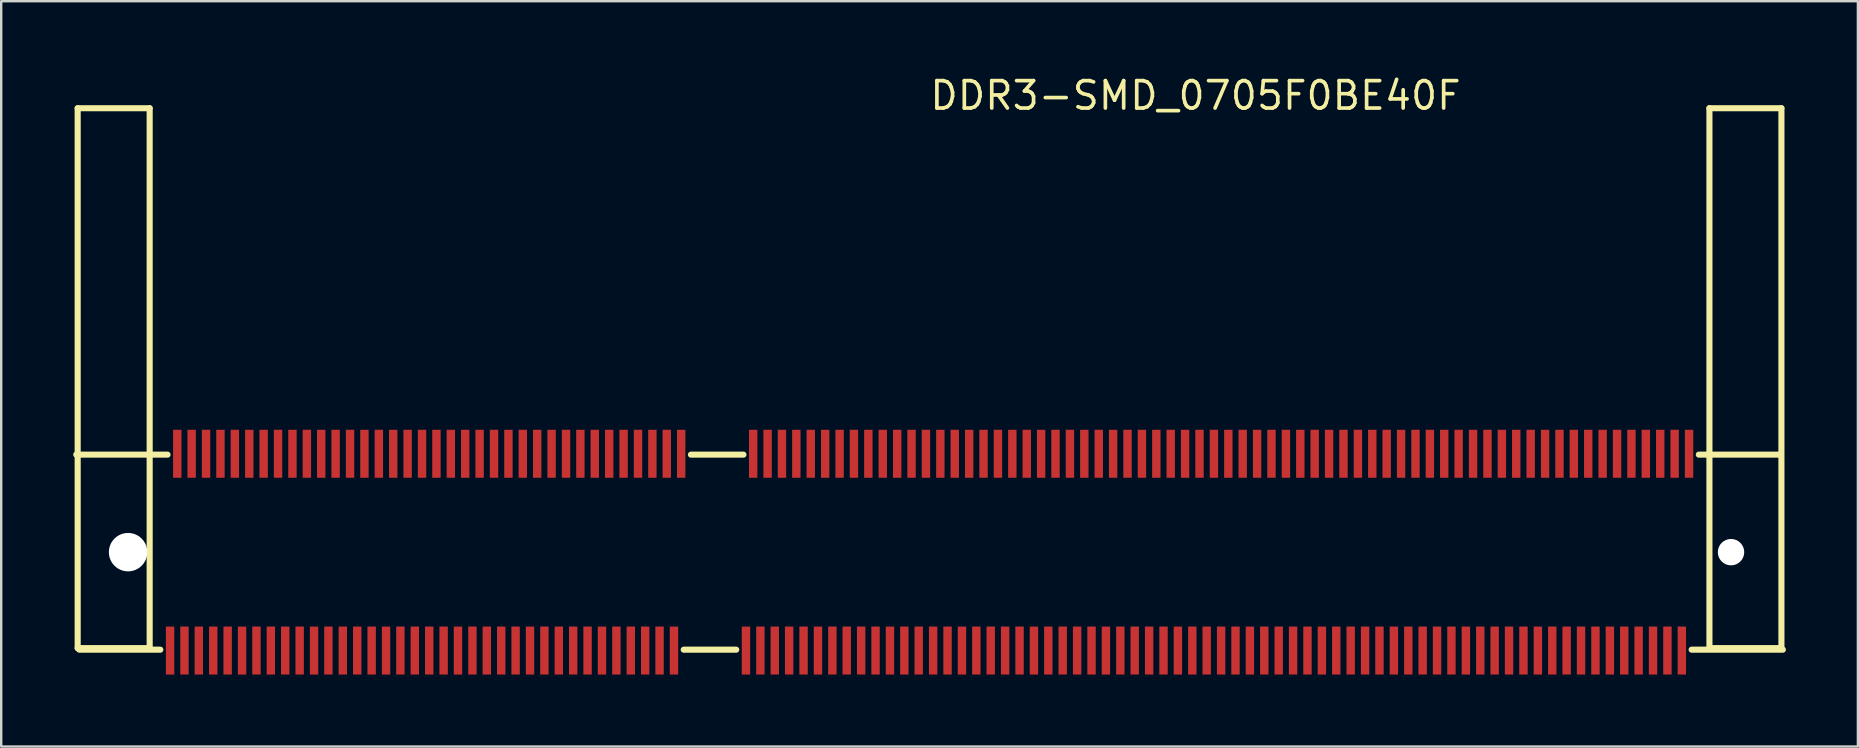
<source format=kicad_pcb>
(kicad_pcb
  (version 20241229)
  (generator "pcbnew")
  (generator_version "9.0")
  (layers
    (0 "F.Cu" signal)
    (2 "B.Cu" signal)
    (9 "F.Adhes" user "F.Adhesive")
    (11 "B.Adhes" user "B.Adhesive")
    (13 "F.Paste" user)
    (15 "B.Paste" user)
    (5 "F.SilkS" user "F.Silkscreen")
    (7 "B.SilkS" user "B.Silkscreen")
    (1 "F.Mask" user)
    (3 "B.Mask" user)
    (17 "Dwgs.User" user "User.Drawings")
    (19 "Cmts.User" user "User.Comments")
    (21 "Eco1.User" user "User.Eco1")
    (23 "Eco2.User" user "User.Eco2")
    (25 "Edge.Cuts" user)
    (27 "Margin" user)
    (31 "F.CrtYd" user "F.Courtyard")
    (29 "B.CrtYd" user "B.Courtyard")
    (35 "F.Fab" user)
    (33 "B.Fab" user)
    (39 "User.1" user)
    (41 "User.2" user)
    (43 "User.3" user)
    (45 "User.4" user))
  (footprint "DDR3-SMD_0705F0BE40F"
    (layer "F.Cu")
    (at 35.688 19.96)
    (property "Reference" "DDR3-SMD_0705F0BE40F" (at -0.067 -18.36 0) (unlocked yes) (layer "F.SilkS") (effects (font (size 1.143 1.143) (thickness 0.152)) (justify left bottom)))
    (fp_line (start -35.561 -4.064) (end -31.757 -4.064) (stroke (width 0.254) (type solid)) (layer "F.SilkS"))
    (fp_line (start -35.501 -18.5) (end -32.501 -18.5) (stroke (width 0.254) (type solid)) (layer "F.SilkS"))
    (fp_line (start -35.501 4) (end -35.501 -18.5) (stroke (width 0.254) (type solid)) (layer "F.SilkS"))
    (fp_line (start -35.501 4) (end -32.501 4) (stroke (width 0.254) (type solid)) (layer "F.SilkS"))
    (fp_line (start -35.434 4.064) (end -32.057 4.064) (stroke (width 0.254) (type solid)) (layer "F.SilkS"))
    (fp_line (start -32.501 4) (end -32.501 -18.5) (stroke (width 0.254) (type solid)) (layer "F.SilkS"))
    (fp_line (start -10.245 4.064) (end -8.057 4.064) (stroke (width 0.254) (type solid)) (layer "F.SilkS"))
    (fp_line (start -9.945 -4.064) (end -7.757 -4.064) (stroke (width 0.254) (type solid)) (layer "F.SilkS"))
    (fp_line (start 31.757 4.064) (end 35.559 4.064) (stroke (width 0.254) (type solid)) (layer "F.SilkS"))
    (fp_line (start 32.057 -4.064) (end 35.432 -4.064) (stroke (width 0.254) (type solid)) (layer "F.SilkS"))
    (fp_line (start 32.499 -18.5) (end 35.499 -18.5) (stroke (width 0.254) (type solid)) (layer "F.SilkS"))
    (fp_line (start 32.499 4) (end 32.499 -18.5) (stroke (width 0.254) (type solid)) (layer "F.SilkS"))
    (fp_line (start 32.499 4) (end 35.499 4) (stroke (width 0.254) (type solid)) (layer "F.SilkS"))
    (fp_line (start 35.499 4) (end 35.499 -18.5) (stroke (width 0.254) (type solid)) (layer "F.SilkS"))
    (pad "" np_thru_hole circle (at -33.401 -0.000127) (size 1.6 1.6) (drill 1.6) (layers "*.Cu" "*.Mask"))
    (pad "" np_thru_hole circle (at 33.399 -0.000127) (size 1.1 1.1) (drill 1.1) (layers "*.Cu" "*.Mask"))
    (pad "1" smd rect (at -31.65 4.1 270) (size 2 0.35) (layers "F.Cu" "F.Mask" "F.Paste"))
    (pad "2" smd rect (at -31.35 -4.1 270) (size 2 0.35) (layers "F.Cu" "F.Mask" "F.Paste"))
    (pad "3" smd rect (at -31.051 4.1 270) (size 2 0.35) (layers "F.Cu" "F.Mask" "F.Paste"))
    (pad "4" smd rect (at -30.751 -4.1 270) (size 2 0.35) (layers "F.Cu" "F.Mask" "F.Paste"))
    (pad "5" smd rect (at -30.452 4.1 270) (size 2 0.35) (layers "F.Cu" "F.Mask" "F.Paste"))
    (pad "6" smd rect (at -30.152 -4.1 270) (size 2 0.35) (layers "F.Cu" "F.Mask" "F.Paste"))
    (pad "7" smd rect (at -29.851 4.1 270) (size 2 0.35) (layers "F.Cu" "F.Mask" "F.Paste"))
    (pad "8" smd rect (at -29.551 -4.1 270) (size 2 0.35) (layers "F.Cu" "F.Mask" "F.Paste"))
    (pad "9" smd rect (at -29.251 4.1 270) (size 2 0.35) (layers "F.Cu" "F.Mask" "F.Paste"))
    (pad "10" smd rect (at -28.951 -4.1 270) (size 2 0.35) (layers "F.Cu" "F.Mask" "F.Paste"))
    (pad "11" smd rect (at -28.65 4.1 270) (size 2 0.35) (layers "F.Cu" "F.Mask" "F.Paste"))
    (pad "12" smd rect (at -28.35 -4.1 270) (size 2 0.35) (layers "F.Cu" "F.Mask" "F.Paste"))
    (pad "13" smd rect (at -28.051 4.1 270) (size 2 0.35) (layers "F.Cu" "F.Mask" "F.Paste"))
    (pad "14" smd rect (at -27.751 -4.1 270) (size 2 0.35) (layers "F.Cu" "F.Mask" "F.Paste"))
    (pad "15" smd rect (at -27.451 4.1 270) (size 2 0.35) (layers "F.Cu" "F.Mask" "F.Paste"))
    (pad "16" smd rect (at -27.151 -4.1 270) (size 2 0.35) (layers "F.Cu" "F.Mask" "F.Paste"))
    (pad "17" smd rect (at -26.851 4.1 270) (size 2 0.35) (layers "F.Cu" "F.Mask" "F.Paste"))
    (pad "18" smd rect (at -26.551 -4.1 270) (size 2 0.35) (layers "F.Cu" "F.Mask" "F.Paste"))
    (pad "19" smd rect (at -26.25 4.1 270) (size 2 0.35) (layers "F.Cu" "F.Mask" "F.Paste"))
    (pad "20" smd rect (at -25.95 -4.1 270) (size 2 0.35) (layers "F.Cu" "F.Mask" "F.Paste"))
    (pad "21" smd rect (at -25.651 4.1 270) (size 2 0.35) (layers "F.Cu" "F.Mask" "F.Paste"))
    (pad "22" smd rect (at -25.351 -4.1 270) (size 2 0.35) (layers "F.Cu" "F.Mask" "F.Paste"))
    (pad "23" smd rect (at -25.052 4.1 270) (size 2 0.35) (layers "F.Cu" "F.Mask" "F.Paste"))
    (pad "24" smd rect (at -24.752 -4.1 270) (size 2 0.35) (layers "F.Cu" "F.Mask" "F.Paste"))
    (pad "25" smd rect (at -24.451 4.1 270) (size 2 0.35) (layers "F.Cu" "F.Mask" "F.Paste"))
    (pad "26" smd rect (at -24.151 -4.1 270) (size 2 0.35) (layers "F.Cu" "F.Mask" "F.Paste"))
    (pad "27" smd rect (at -23.851 4.1 270) (size 2 0.35) (layers "F.Cu" "F.Mask" "F.Paste"))
    (pad "28" smd rect (at -23.551 -4.1 270) (size 2 0.35) (layers "F.Cu" "F.Mask" "F.Paste"))
    (pad "29" smd rect (at -23.25 4.1 270) (size 2 0.35) (layers "F.Cu" "F.Mask" "F.Paste"))
    (pad "30" smd rect (at -22.95 -4.1 270) (size 2 0.35) (layers "F.Cu" "F.Mask" "F.Paste"))
    (pad "31" smd rect (at -22.651 4.1 270) (size 2 0.35) (layers "F.Cu" "F.Mask" "F.Paste"))
    (pad "32" smd rect (at -22.351 -4.1 270) (size 2 0.35) (layers "F.Cu" "F.Mask" "F.Paste"))
    (pad "33" smd rect (at -22.052 4.1 270) (size 2 0.35) (layers "F.Cu" "F.Mask" "F.Paste"))
    (pad "34" smd rect (at -21.751 -4.1 270) (size 2 0.35) (layers "F.Cu" "F.Mask" "F.Paste"))
    (pad "35" smd rect (at -21.451 4.1 270) (size 2 0.35) (layers "F.Cu" "F.Mask" "F.Paste"))
    (pad "36" smd rect (at -21.151 -4.1 270) (size 2 0.35) (layers "F.Cu" "F.Mask" "F.Paste"))
    (pad "37" smd rect (at -20.85 4.1 270) (size 2 0.35) (layers "F.Cu" "F.Mask" "F.Paste"))
    (pad "38" smd rect (at -20.55 -4.1 270) (size 2 0.35) (layers "F.Cu" "F.Mask" "F.Paste"))
    (pad "39" smd rect (at -20.251 4.1 270) (size 2 0.35) (layers "F.Cu" "F.Mask" "F.Paste"))
    (pad "40" smd rect (at -19.951 -4.1 270) (size 2 0.35) (layers "F.Cu" "F.Mask" "F.Paste"))
    (pad "41" smd rect (at -19.652 4.1 270) (size 2 0.35) (layers "F.Cu" "F.Mask" "F.Paste"))
    (pad "42" smd rect (at -19.352 -4.1 270) (size 2 0.35) (layers "F.Cu" "F.Mask" "F.Paste"))
    (pad "43" smd rect (at -19.051 4.1 270) (size 2 0.35) (layers "F.Cu" "F.Mask" "F.Paste"))
    (pad "44" smd rect (at -18.751 -4.1 270) (size 2 0.35) (layers "F.Cu" "F.Mask" "F.Paste"))
    (pad "45" smd rect (at -18.451 4.1 270) (size 2 0.35) (layers "F.Cu" "F.Mask" "F.Paste"))
    (pad "46" smd rect (at -18.151 -4.1 270) (size 2 0.35) (layers "F.Cu" "F.Mask" "F.Paste"))
    (pad "47" smd rect (at -17.85 4.1 270) (size 2 0.35) (layers "F.Cu" "F.Mask" "F.Paste"))
    (pad "48" smd rect (at -17.55 -4.1 270) (size 2 0.35) (layers "F.Cu" "F.Mask" "F.Paste"))
    (pad "49" smd rect (at -17.251 4.1 270) (size 2 0.35) (layers "F.Cu" "F.Mask" "F.Paste"))
    (pad "50" smd rect (at -16.951 -4.1 270) (size 2 0.35) (layers "F.Cu" "F.Mask" "F.Paste"))
    (pad "51" smd rect (at -16.651 4.1 270) (size 2 0.35) (layers "F.Cu" "F.Mask" "F.Paste"))
    (pad "52" smd rect (at -16.352 -4.1 270) (size 2 0.35) (layers "F.Cu" "F.Mask" "F.Paste"))
    (pad "53" smd rect (at -16.051 4.1 270) (size 2 0.35) (layers "F.Cu" "F.Mask" "F.Paste"))
    (pad "54" smd rect (at -15.751 -4.1 270) (size 2 0.35) (layers "F.Cu" "F.Mask" "F.Paste"))
    (pad "55" smd rect (at -15.45 4.1 270) (size 2 0.35) (layers "F.Cu" "F.Mask" "F.Paste"))
    (pad "56" smd rect (at -15.15 -4.1 270) (size 2 0.35) (layers "F.Cu" "F.Mask" "F.Paste"))
    (pad "57" smd rect (at -14.851 4.1 270) (size 2 0.35) (layers "F.Cu" "F.Mask" "F.Paste"))
    (pad "58" smd rect (at -14.551 -4.1 270) (size 2 0.35) (layers "F.Cu" "F.Mask" "F.Paste"))
    (pad "59" smd rect (at -14.252 4.1 270) (size 2 0.35) (layers "F.Cu" "F.Mask" "F.Paste"))
    (pad "60" smd rect (at -13.952 -4.1 270) (size 2 0.35) (layers "F.Cu" "F.Mask" "F.Paste"))
    (pad "61" smd rect (at -13.651 4.1 270) (size 2 0.35) (layers "F.Cu" "F.Mask" "F.Paste"))
    (pad "62" smd rect (at -13.351 -4.1 270) (size 2 0.35) (layers "F.Cu" "F.Mask" "F.Paste"))
    (pad "63" smd rect (at -13.051 4.1 270) (size 2 0.35) (layers "F.Cu" "F.Mask" "F.Paste"))
    (pad "64" smd rect (at -12.751 -4.1 270) (size 2 0.35) (layers "F.Cu" "F.Mask" "F.Paste"))
    (pad "65" smd rect (at -12.45 4.1 270) (size 2 0.35) (layers "F.Cu" "F.Mask" "F.Paste"))
    (pad "66" smd rect (at -12.15 -4.1 270) (size 2 0.35) (layers "F.Cu" "F.Mask" "F.Paste"))
    (pad "67" smd rect (at -11.851 4.1 270) (size 2 0.35) (layers "F.Cu" "F.Mask" "F.Paste"))
    (pad "68" smd rect (at -11.551 -4.1 270) (size 2 0.35) (layers "F.Cu" "F.Mask" "F.Paste"))
    (pad "69" smd rect (at -11.252 4.1 270) (size 2 0.35) (layers "F.Cu" "F.Mask" "F.Paste"))
    (pad "70" smd rect (at -10.952 -4.1 270) (size 2 0.35) (layers "F.Cu" "F.Mask" "F.Paste"))
    (pad "71" smd rect (at -10.651 4.1 270) (size 2 0.35) (layers "F.Cu" "F.Mask" "F.Paste"))
    (pad "72" smd rect (at -10.351 -4.1 270) (size 2 0.35) (layers "F.Cu" "F.Mask" "F.Paste"))
    (pad "73" smd rect (at -7.651 4.1 270) (size 2 0.35) (layers "F.Cu" "F.Mask" "F.Paste"))
    (pad "74" smd rect (at -7.351 -4.1 270) (size 2 0.35) (layers "F.Cu" "F.Mask" "F.Paste"))
    (pad "75" smd rect (at -7.05 4.1 270) (size 2 0.35) (layers "F.Cu" "F.Mask" "F.Paste"))
    (pad "76" smd rect (at -6.75 -4.1 270) (size 2 0.35) (layers "F.Cu" "F.Mask" "F.Paste"))
    (pad "77" smd rect (at -6.451 4.1 270) (size 2 0.35) (layers "F.Cu" "F.Mask" "F.Paste"))
    (pad "78" smd rect (at -6.151 -4.1 270) (size 2 0.35) (layers "F.Cu" "F.Mask" "F.Paste"))
    (pad "79" smd rect (at -5.852 4.1 270) (size 2 0.35) (layers "F.Cu" "F.Mask" "F.Paste"))
    (pad "80" smd rect (at -5.552 -4.1 270) (size 2 0.35) (layers "F.Cu" "F.Mask" "F.Paste"))
    (pad "81" smd rect (at -5.251 4.1 270) (size 2 0.35) (layers "F.Cu" "F.Mask" "F.Paste"))
    (pad "82" smd rect (at -4.951 -4.1 270) (size 2 0.35) (layers "F.Cu" "F.Mask" "F.Paste"))
    (pad "83" smd rect (at -4.65 4.1 270) (size 2 0.35) (layers "F.Cu" "F.Mask" "F.Paste"))
    (pad "84" smd rect (at -4.351 -4.1 270) (size 2 0.35) (layers "F.Cu" "F.Mask" "F.Paste"))
    (pad "85" smd rect (at -4.05 4.1 270) (size 2 0.35) (layers "F.Cu" "F.Mask" "F.Paste"))
    (pad "86" smd rect (at -3.75 -4.1 270) (size 2 0.35) (layers "F.Cu" "F.Mask" "F.Paste"))
    (pad "87" smd rect (at -3.452 4.1 270) (size 2 0.35) (layers "F.Cu" "F.Mask" "F.Paste"))
    (pad "88" smd rect (at -3.152 -4.1 270) (size 2 0.35) (layers "F.Cu" "F.Mask" "F.Paste"))
    (pad "89" smd rect (at -2.851 4.1 270) (size 2 0.35) (layers "F.Cu" "F.Mask" "F.Paste"))
    (pad "90" smd rect (at -2.551 -4.1 270) (size 2 0.35) (layers "F.Cu" "F.Mask" "F.Paste"))
    (pad "91" smd rect (at -2.251 4.1 270) (size 2 0.35) (layers "F.Cu" "F.Mask" "F.Paste"))
    (pad "92" smd rect (at -1.951 -4.1 270) (size 2 0.35) (layers "F.Cu" "F.Mask" "F.Paste"))
    (pad "93" smd rect (at -1.65 4.1 270) (size 2 0.35) (layers "F.Cu" "F.Mask" "F.Paste"))
    (pad "94" smd rect (at -1.35 -4.1 270) (size 2 0.35) (layers "F.Cu" "F.Mask" "F.Paste"))
    (pad "95" smd rect (at -1.051 4.1 270) (size 2 0.35) (layers "F.Cu" "F.Mask" "F.Paste"))
    (pad "96" smd rect (at -0.751 -4.1 270) (size 2 0.35) (layers "F.Cu" "F.Mask" "F.Paste"))
    (pad "97" smd rect (at -0.452 4.1 270) (size 2 0.35) (layers "F.Cu" "F.Mask" "F.Paste"))
    (pad "98" smd rect (at -0.152 -4.1 270) (size 2 0.35) (layers "F.Cu" "F.Mask" "F.Paste"))
    (pad "99" smd rect (at 0.149 4.1 270) (size 2 0.35) (layers "F.Cu" "F.Mask" "F.Paste"))
    (pad "100" smd rect (at 0.449 -4.1 270) (size 2 0.35) (layers "F.Cu" "F.Mask" "F.Paste"))
    (pad "101" smd rect (at 0.749 4.1 270) (size 2 0.35) (layers "F.Cu" "F.Mask" "F.Paste"))
    (pad "102" smd rect (at 1.049 -4.1 270) (size 2 0.35) (layers "F.Cu" "F.Mask" "F.Paste"))
    (pad "103" smd rect (at 1.35 4.1 270) (size 2 0.35) (layers "F.Cu" "F.Mask" "F.Paste"))
    (pad "104" smd rect (at 1.65 -4.1 270) (size 2 0.35) (layers "F.Cu" "F.Mask" "F.Paste"))
    (pad "105" smd rect (at 1.949 4.1 270) (size 2 0.35) (layers "F.Cu" "F.Mask" "F.Paste"))
    (pad "106" smd rect (at 2.249 -4.1 270) (size 2 0.35) (layers "F.Cu" "F.Mask" "F.Paste"))
    (pad "107" smd rect (at 2.549 4.1 270) (size 2 0.35) (layers "F.Cu" "F.Mask" "F.Paste"))
    (pad "108" smd rect (at 2.849 -4.1 270) (size 2 0.35) (layers "F.Cu" "F.Mask" "F.Paste"))
    (pad "109" smd rect (at 3.149 4.1 270) (size 2 0.35) (layers "F.Cu" "F.Mask" "F.Paste"))
    (pad "110" smd rect (at 3.449 -4.1 270) (size 2 0.35) (layers "F.Cu" "F.Mask" "F.Paste"))
    (pad "111" smd rect (at 3.75 4.1 270) (size 2 0.35) (layers "F.Cu" "F.Mask" "F.Paste"))
    (pad "112" smd rect (at 4.05 -4.1 270) (size 2 0.35) (layers "F.Cu" "F.Mask" "F.Paste"))
    (pad "113" smd rect (at 4.349 4.1 270) (size 2 0.35) (layers "F.Cu" "F.Mask" "F.Paste"))
    (pad "114" smd rect (at 4.649 -4.1 270) (size 2 0.35) (layers "F.Cu" "F.Mask" "F.Paste"))
    (pad "115" smd rect (at 4.948 4.1 270) (size 2 0.35) (layers "F.Cu" "F.Mask" "F.Paste"))
    (pad "116" smd rect (at 5.248 -4.1 270) (size 2 0.35) (layers "F.Cu" "F.Mask" "F.Paste"))
    (pad "117" smd rect (at 5.549 4.1 270) (size 2 0.35) (layers "F.Cu" "F.Mask" "F.Paste"))
    (pad "118" smd rect (at 5.849 -4.1 270) (size 2 0.35) (layers "F.Cu" "F.Mask" "F.Paste"))
    (pad "119" smd rect (at 6.149 4.1 270) (size 2 0.35) (layers "F.Cu" "F.Mask" "F.Paste"))
    (pad "120" smd rect (at 6.449 -4.1 270) (size 2 0.35) (layers "F.Cu" "F.Mask" "F.Paste"))
    (pad "121" smd rect (at 6.75 4.1 270) (size 2 0.35) (layers "F.Cu" "F.Mask" "F.Paste"))
    (pad "122" smd rect (at 7.05 -4.1 270) (size 2 0.35) (layers "F.Cu" "F.Mask" "F.Paste"))
    (pad "123" smd rect (at 7.349 4.1 270) (size 2 0.35) (layers "F.Cu" "F.Mask" "F.Paste"))
    (pad "124" smd rect (at 7.649 -4.1 270) (size 2 0.35) (layers "F.Cu" "F.Mask" "F.Paste"))
    (pad "125" smd rect (at 7.949 4.1 270) (size 2 0.35) (layers "F.Cu" "F.Mask" "F.Paste"))
    (pad "126" smd rect (at 8.249 -4.1 270) (size 2 0.35) (layers "F.Cu" "F.Mask" "F.Paste"))
    (pad "127" smd rect (at 8.549 4.1 270) (size 2 0.35) (layers "F.Cu" "F.Mask" "F.Paste"))
    (pad "128" smd rect (at 8.849 -4.1 270) (size 2 0.35) (layers "F.Cu" "F.Mask" "F.Paste"))
    (pad "129" smd rect (at 9.15 4.1 270) (size 2 0.35) (layers "F.Cu" "F.Mask" "F.Paste"))
    (pad "130" smd rect (at 9.45 -4.1 270) (size 2 0.35) (layers "F.Cu" "F.Mask" "F.Paste"))
    (pad "131" smd rect (at 9.749 4.1 270) (size 2 0.35) (layers "F.Cu" "F.Mask" "F.Paste"))
    (pad "132" smd rect (at 10.049 -4.1 270) (size 2 0.35) (layers "F.Cu" "F.Mask" "F.Paste"))
    (pad "133" smd rect (at 10.348 4.1 270) (size 2 0.35) (layers "F.Cu" "F.Mask" "F.Paste"))
    (pad "134" smd rect (at 10.648 -4.1 270) (size 2 0.35) (layers "F.Cu" "F.Mask" "F.Paste"))
    (pad "135" smd rect (at 10.949 4.1 270) (size 2 0.35) (layers "F.Cu" "F.Mask" "F.Paste"))
    (pad "136" smd rect (at 11.249 -4.1 270) (size 2 0.35) (layers "F.Cu" "F.Mask" "F.Paste"))
    (pad "137" smd rect (at 11.549 4.1 270) (size 2 0.35) (layers "F.Cu" "F.Mask" "F.Paste"))
    (pad "138" smd rect (at 11.849 -4.1 270) (size 2 0.35) (layers "F.Cu" "F.Mask" "F.Paste"))
    (pad "139" smd rect (at 12.15 4.1 270) (size 2 0.35) (layers "F.Cu" "F.Mask" "F.Paste"))
    (pad "140" smd rect (at 12.45 -4.1 270) (size 2 0.35) (layers "F.Cu" "F.Mask" "F.Paste"))
    (pad "141" smd rect (at 12.749 4.1 270) (size 2 0.35) (layers "F.Cu" "F.Mask" "F.Paste"))
    (pad "142" smd rect (at 13.049 -4.1 270) (size 2 0.35) (layers "F.Cu" "F.Mask" "F.Paste"))
    (pad "143" smd rect (at 13.349 4.1 270) (size 2 0.35) (layers "F.Cu" "F.Mask" "F.Paste"))
    (pad "144" smd rect (at 13.649 -4.1 270) (size 2 0.35) (layers "F.Cu" "F.Mask" "F.Paste"))
    (pad "145" smd rect (at 13.949 4.1 270) (size 2 0.35) (layers "F.Cu" "F.Mask" "F.Paste"))
    (pad "146" smd rect (at 14.249 -4.1 270) (size 2 0.35) (layers "F.Cu" "F.Mask" "F.Paste"))
    (pad "147" smd rect (at 14.55 4.1 270) (size 2 0.35) (layers "F.Cu" "F.Mask" "F.Paste"))
    (pad "148" smd rect (at 14.85 -4.1 270) (size 2 0.35) (layers "F.Cu" "F.Mask" "F.Paste"))
    (pad "149" smd rect (at 15.149 4.1 270) (size 2 0.35) (layers "F.Cu" "F.Mask" "F.Paste"))
    (pad "150" smd rect (at 15.449 -4.1 270) (size 2 0.35) (layers "F.Cu" "F.Mask" "F.Paste"))
    (pad "151" smd rect (at 15.748 4.1 270) (size 2 0.35) (layers "F.Cu" "F.Mask" "F.Paste"))
    (pad "152" smd rect (at 16.048 -4.1 270) (size 2 0.35) (layers "F.Cu" "F.Mask" "F.Paste"))
    (pad "153" smd rect (at 16.349 4.1 270) (size 2 0.35) (layers "F.Cu" "F.Mask" "F.Paste"))
    (pad "154" smd rect (at 16.649 -4.1 270) (size 2 0.35) (layers "F.Cu" "F.Mask" "F.Paste"))
    (pad "155" smd rect (at 16.949 4.1 270) (size 2 0.35) (layers "F.Cu" "F.Mask" "F.Paste"))
    (pad "156" smd rect (at 17.249 -4.1 270) (size 2 0.35) (layers "F.Cu" "F.Mask" "F.Paste"))
    (pad "157" smd rect (at 17.55 4.1 270) (size 2 0.35) (layers "F.Cu" "F.Mask" "F.Paste"))
    (pad "158" smd rect (at 17.85 -4.1 270) (size 2 0.35) (layers "F.Cu" "F.Mask" "F.Paste"))
    (pad "159" smd rect (at 18.149 4.1 270) (size 2 0.35) (layers "F.Cu" "F.Mask" "F.Paste"))
    (pad "160" smd rect (at 18.449 -4.1 270) (size 2 0.35) (layers "F.Cu" "F.Mask" "F.Paste"))
    (pad "161" smd rect (at 18.748 4.1 270) (size 2 0.35) (layers "F.Cu" "F.Mask" "F.Paste"))
    (pad "162" smd rect (at 19.048 -4.1 270) (size 2 0.35) (layers "F.Cu" "F.Mask" "F.Paste"))
    (pad "163" smd rect (at 19.349 4.1 270) (size 2 0.35) (layers "F.Cu" "F.Mask" "F.Paste"))
    (pad "164" smd rect (at 19.649 -4.1 270) (size 2 0.35) (layers "F.Cu" "F.Mask" "F.Paste"))
    (pad "165" smd rect (at 19.95 4.1 270) (size 2 0.35) (layers "F.Cu" "F.Mask" "F.Paste"))
    (pad "166" smd rect (at 20.25 -4.1 270) (size 2 0.35) (layers "F.Cu" "F.Mask" "F.Paste"))
    (pad "167" smd rect (at 20.549 4.1 270) (size 2 0.35) (layers "F.Cu" "F.Mask" "F.Paste"))
    (pad "168" smd rect (at 20.849 -4.1 270) (size 2 0.35) (layers "F.Cu" "F.Mask" "F.Paste"))
    (pad "169" smd rect (at 21.148 4.1 270) (size 2 0.35) (layers "F.Cu" "F.Mask" "F.Paste"))
    (pad "170" smd rect (at 21.448 -4.1 270) (size 2 0.35) (layers "F.Cu" "F.Mask" "F.Paste"))
    (pad "171" smd rect (at 21.748 4.1 270) (size 2 0.35) (layers "F.Cu" "F.Mask" "F.Paste"))
    (pad "172" smd rect (at 22.048 -4.1 270) (size 2 0.35) (layers "F.Cu" "F.Mask" "F.Paste"))
    (pad "173" smd rect (at 22.349 4.1 270) (size 2 0.35) (layers "F.Cu" "F.Mask" "F.Paste"))
    (pad "174" smd rect (at 22.649 -4.1 270) (size 2 0.35) (layers "F.Cu" "F.Mask" "F.Paste"))
    (pad "175" smd rect (at 22.95 4.1 270) (size 2 0.35) (layers "F.Cu" "F.Mask" "F.Paste"))
    (pad "176" smd rect (at 23.25 -4.1 270) (size 2 0.35) (layers "F.Cu" "F.Mask" "F.Paste"))
    (pad "177" smd rect (at 23.549 4.1 270) (size 2 0.35) (layers "F.Cu" "F.Mask" "F.Paste"))
    (pad "178" smd rect (at 23.849 -4.1 270) (size 2 0.35) (layers "F.Cu" "F.Mask" "F.Paste"))
    (pad "179" smd rect (at 24.148 4.1 270) (size 2 0.35) (layers "F.Cu" "F.Mask" "F.Paste"))
    (pad "180" smd rect (at 24.448 -4.1 270) (size 2 0.35) (layers "F.Cu" "F.Mask" "F.Paste"))
    (pad "181" smd rect (at 24.749 4.1 270) (size 2 0.35) (layers "F.Cu" "F.Mask" "F.Paste"))
    (pad "182" smd rect (at 25.049 -4.1 270) (size 2 0.35) (layers "F.Cu" "F.Mask" "F.Paste"))
    (pad "183" smd rect (at 25.35 4.1 270) (size 2 0.35) (layers "F.Cu" "F.Mask" "F.Paste"))
    (pad "184" smd rect (at 25.65 -4.1 270) (size 2 0.35) (layers "F.Cu" "F.Mask" "F.Paste"))
    (pad "185" smd rect (at 25.95 4.1 270) (size 2 0.35) (layers "F.Cu" "F.Mask" "F.Paste"))
    (pad "186" smd rect (at 26.25 -4.1 270) (size 2 0.35) (layers "F.Cu" "F.Mask" "F.Paste"))
    (pad "187" smd rect (at 26.548 4.1 270) (size 2 0.35) (layers "F.Cu" "F.Mask" "F.Paste"))
    (pad "188" smd rect (at 26.848 -4.1 270) (size 2 0.35) (layers "F.Cu" "F.Mask" "F.Paste"))
    (pad "189" smd rect (at 27.149 4.1 270) (size 2 0.35) (layers "F.Cu" "F.Mask" "F.Paste"))
    (pad "190" smd rect (at 27.449 -4.1 270) (size 2 0.35) (layers "F.Cu" "F.Mask" "F.Paste"))
    (pad "191" smd rect (at 27.749 4.1 270) (size 2 0.35) (layers "F.Cu" "F.Mask" "F.Paste"))
    (pad "192" smd rect (at 28.049 -4.1 270) (size 2 0.35) (layers "F.Cu" "F.Mask" "F.Paste"))
    (pad "193" smd rect (at 28.35 4.1 270) (size 2 0.35) (layers "F.Cu" "F.Mask" "F.Paste"))
    (pad "194" smd rect (at 28.65 -4.1 270) (size 2 0.35) (layers "F.Cu" "F.Mask" "F.Paste"))
    (pad "195" smd rect (at 28.949 4.1 270) (size 2 0.35) (layers "F.Cu" "F.Mask" "F.Paste"))
    (pad "196" smd rect (at 29.249 -4.1 270) (size 2 0.35) (layers "F.Cu" "F.Mask" "F.Paste"))
    (pad "197" smd rect (at 29.548 4.1 270) (size 2 0.35) (layers "F.Cu" "F.Mask" "F.Paste"))
    (pad "198" smd rect (at 29.848 -4.1 270) (size 2 0.35) (layers "F.Cu" "F.Mask" "F.Paste"))
    (pad "199" smd rect (at 30.149 4.1 270) (size 2 0.35) (layers "F.Cu" "F.Mask" "F.Paste"))
    (pad "200" smd rect (at 30.449 -4.1 270) (size 2 0.35) (layers "F.Cu" "F.Mask" "F.Paste"))
    (pad "201" smd rect (at 30.749 4.1 270) (size 2 0.35) (layers "F.Cu" "F.Mask" "F.Paste"))
    (pad "202" smd rect (at 31.049 -4.1 270) (size 2 0.35) (layers "F.Cu" "F.Mask" "F.Paste"))
    (pad "203" smd rect (at 31.35 4.1 270) (size 2 0.35) (layers "F.Cu" "F.Mask" "F.Paste"))
    (pad "204" smd rect (at 31.65 -4.1 270) (size 2 0.35) (layers "F.Cu" "F.Mask" "F.Paste")))
  (gr_rect
    (start -3 -3)
    (end 74.374 28.06)
    (stroke (width 0.1) (type default))
    (fill no)
    (layer "Edge.Cuts")))
</source>
